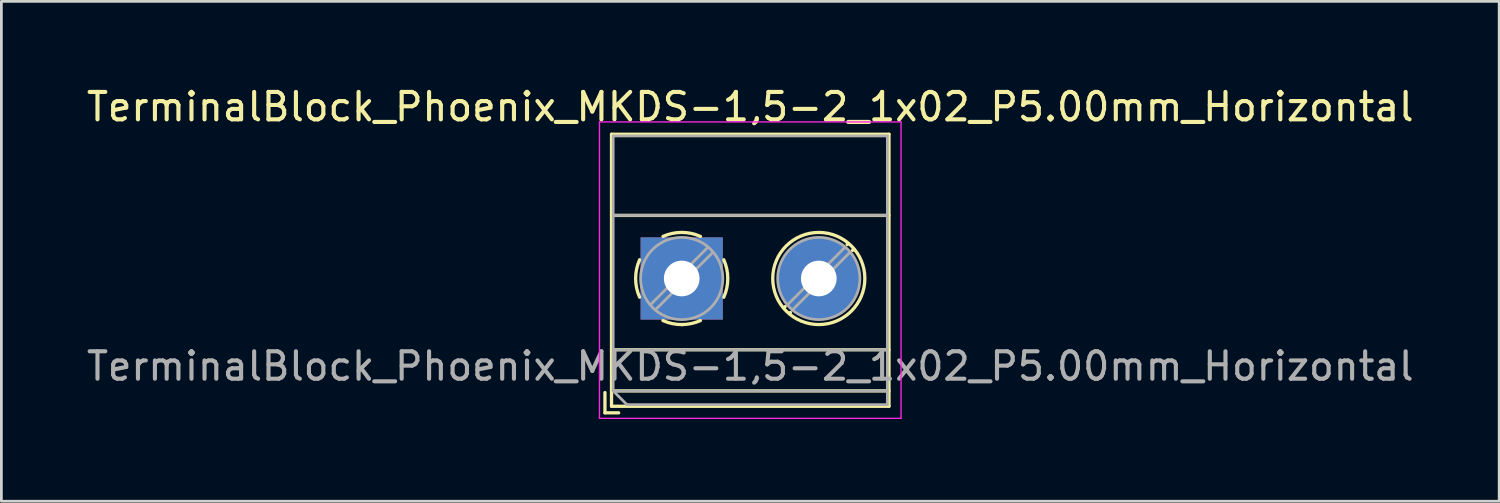
<source format=kicad_pcb>
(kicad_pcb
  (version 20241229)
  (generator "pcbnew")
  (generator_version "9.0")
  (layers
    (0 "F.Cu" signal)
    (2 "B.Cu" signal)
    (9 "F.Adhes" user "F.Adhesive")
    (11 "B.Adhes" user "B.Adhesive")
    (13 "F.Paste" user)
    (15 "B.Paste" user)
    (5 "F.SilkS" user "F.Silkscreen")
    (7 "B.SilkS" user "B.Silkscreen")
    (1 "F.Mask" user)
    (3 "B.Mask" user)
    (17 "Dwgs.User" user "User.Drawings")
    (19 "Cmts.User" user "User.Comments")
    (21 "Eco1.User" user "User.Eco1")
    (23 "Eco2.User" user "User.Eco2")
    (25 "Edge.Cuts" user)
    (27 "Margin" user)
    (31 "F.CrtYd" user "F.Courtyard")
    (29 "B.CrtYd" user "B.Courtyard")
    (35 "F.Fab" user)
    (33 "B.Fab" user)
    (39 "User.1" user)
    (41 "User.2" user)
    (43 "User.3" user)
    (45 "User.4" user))
  (footprint "TerminalBlock_Phoenix_MKDS-1,5-2_1x02_P5.00mm_Horizontal"
    (layer "F.Cu")
    (at 21.815 7.108)
    (property "Reference" "TerminalBlock_Phoenix_MKDS-1,5-2_1x02_P5.00mm_Horizontal" (at 2.5 -6.26 0) (layer "F.SilkS") (effects (font (size 1 1) (thickness 0.15))))
    (attr through_hole)
    (fp_line (start -2.8 4.16) (end -2.8 4.9) (stroke (width 0.12) (type solid)) (layer "F.SilkS"))
    (fp_line (start -2.8 4.9) (end -2.3 4.9) (stroke (width 0.12) (type solid)) (layer "F.SilkS"))
    (fp_line (start -2.56 -5.261) (end -2.56 4.66) (stroke (width 0.12) (type solid)) (layer "F.SilkS"))
    (fp_line (start -2.56 -5.261) (end 7.56 -5.261) (stroke (width 0.12) (type solid)) (layer "F.SilkS"))
    (fp_line (start -2.56 -2.301) (end 7.56 -2.301) (stroke (width 0.12) (type solid)) (layer "F.SilkS"))
    (fp_line (start -2.56 2.6) (end 7.56 2.6) (stroke (width 0.12) (type solid)) (layer "F.SilkS"))
    (fp_line (start -2.56 4.1) (end 7.56 4.1) (stroke (width 0.12) (type solid)) (layer "F.SilkS"))
    (fp_line (start -2.56 4.66) (end 7.56 4.66) (stroke (width 0.12) (type solid)) (layer "F.SilkS"))
    (fp_line (start 3.773 1.023) (end 3.726 1.069) (stroke (width 0.12) (type solid)) (layer "F.SilkS"))
    (fp_line (start 3.966 1.239) (end 3.931 1.274) (stroke (width 0.12) (type solid)) (layer "F.SilkS"))
    (fp_line (start 6.07 -1.275) (end 6.035 -1.239) (stroke (width 0.12) (type solid)) (layer "F.SilkS"))
    (fp_line (start 6.275 -1.069) (end 6.228 -1.023) (stroke (width 0.12) (type solid)) (layer "F.SilkS"))
    (fp_line (start 7.56 -5.261) (end 7.56 4.66) (stroke (width 0.12) (type solid)) (layer "F.SilkS"))
    (fp_arc (start -1.535427 0.683042) (mid -1.680501 -0.000524) (end -1.535 -0.684) (stroke (width 0.12) (type solid)) (layer "F.SilkS"))
    (fp_arc (start -0.683042 -1.535427) (mid 0.000524 -1.680501) (end 0.684 -1.535) (stroke (width 0.12) (type solid)) (layer "F.SilkS"))
    (fp_arc (start 0.028805 1.680253) (mid -0.335551 1.646659) (end -0.684 1.535) (stroke (width 0.12) (type solid)) (layer "F.SilkS"))
    (fp_arc (start 0.683318 1.534756) (mid 0.349292 1.643288) (end 0 1.68) (stroke (width 0.12) (type solid)) (layer "F.SilkS"))
    (fp_arc (start 1.535427 -0.683042) (mid 1.680501 0.000524) (end 1.535 0.684) (stroke (width 0.12) (type solid)) (layer "F.SilkS"))
    (fp_circle (center 5 0) (end 6.68 0) (stroke (width 0.12) (type solid)) (fill no) (layer "F.SilkS"))
    (fp_line (start -3 -5.71) (end -3 5.1) (stroke (width 0.05) (type solid)) (layer "F.CrtYd"))
    (fp_line (start -3 5.1) (end 8 5.1) (stroke (width 0.05) (type solid)) (layer "F.CrtYd"))
    (fp_line (start 8 -5.71) (end -3 -5.71) (stroke (width 0.05) (type solid)) (layer "F.CrtYd"))
    (fp_line (start 8 5.1) (end 8 -5.71) (stroke (width 0.05) (type solid)) (layer "F.CrtYd"))
    (fp_line (start -2.5 -5.2) (end 7.5 -5.2) (stroke (width 0.1) (type solid)) (layer "F.Fab"))
    (fp_line (start -2.5 -2.3) (end 7.5 -2.3) (stroke (width 0.1) (type solid)) (layer "F.Fab"))
    (fp_line (start -2.5 2.6) (end 7.5 2.6) (stroke (width 0.1) (type solid)) (layer "F.Fab"))
    (fp_line (start -2.5 4.1) (end -2.5 -5.2) (stroke (width 0.1) (type solid)) (layer "F.Fab"))
    (fp_line (start -2.5 4.1) (end 7.5 4.1) (stroke (width 0.1) (type solid)) (layer "F.Fab"))
    (fp_line (start -2 4.6) (end -2.5 4.1) (stroke (width 0.1) (type solid)) (layer "F.Fab"))
    (fp_line (start 0.955 -1.138) (end -1.138 0.955) (stroke (width 0.1) (type solid)) (layer "F.Fab"))
    (fp_line (start 1.138 -0.955) (end -0.955 1.138) (stroke (width 0.1) (type solid)) (layer "F.Fab"))
    (fp_line (start 5.955 -1.138) (end 3.863 0.955) (stroke (width 0.1) (type solid)) (layer "F.Fab"))
    (fp_line (start 6.138 -0.955) (end 4.046 1.138) (stroke (width 0.1) (type solid)) (layer "F.Fab"))
    (fp_line (start 7.5 -5.2) (end 7.5 4.6) (stroke (width 0.1) (type solid)) (layer "F.Fab"))
    (fp_line (start 7.5 4.6) (end -2 4.6) (stroke (width 0.1) (type solid)) (layer "F.Fab"))
    (fp_circle (center 0 0) (end 1.5 0) (stroke (width 0.1) (type solid)) (fill no) (layer "F.Fab"))
    (fp_circle (center 5 0) (end 6.5 0) (stroke (width 0.1) (type solid)) (fill no) (layer "F.Fab"))
    (fp_text user "${REFERENCE}" (at 2.5 3.2 0) (layer "F.Fab") (effects (font (size 1 1) (thickness 0.15))))
    (pad "1" thru_hole rect (at 0 0) (size 3 3) (drill 1.3) (layers "*.Cu" "*.Mask"))
    (pad "2" thru_hole circle (at 5 0) (size 3 3) (drill 1.3) (layers "*.Cu" "*.Mask")))
  (gr_rect
    (start -3 -3)
    (end 51.631 15.233)
    (stroke (width 0.1) (type default))
    (fill no)
    (layer "Edge.Cuts")))
</source>
